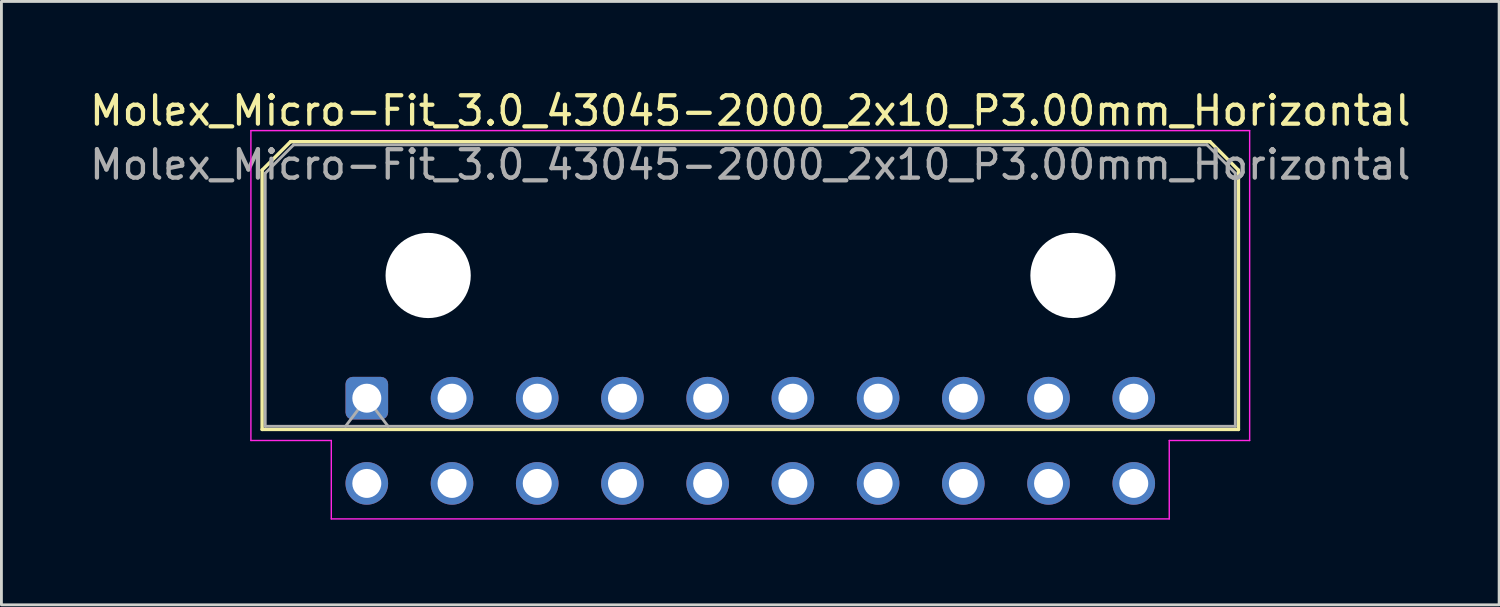
<source format=kicad_pcb>
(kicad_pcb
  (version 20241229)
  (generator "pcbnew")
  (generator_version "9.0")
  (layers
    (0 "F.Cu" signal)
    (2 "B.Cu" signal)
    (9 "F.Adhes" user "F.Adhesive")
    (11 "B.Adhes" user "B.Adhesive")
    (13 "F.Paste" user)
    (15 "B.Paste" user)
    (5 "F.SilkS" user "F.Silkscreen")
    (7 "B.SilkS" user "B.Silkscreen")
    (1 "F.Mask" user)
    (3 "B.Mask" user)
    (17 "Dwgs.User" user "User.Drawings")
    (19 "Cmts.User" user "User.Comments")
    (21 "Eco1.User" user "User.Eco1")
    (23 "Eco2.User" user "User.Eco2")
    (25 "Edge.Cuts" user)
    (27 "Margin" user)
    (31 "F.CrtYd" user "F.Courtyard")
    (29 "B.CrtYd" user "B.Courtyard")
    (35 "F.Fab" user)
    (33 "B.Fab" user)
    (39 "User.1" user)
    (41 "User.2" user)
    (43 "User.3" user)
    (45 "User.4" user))
  (footprint "Molex_Micro-Fit_3.0_43045-2000_2x10_P3.00mm_Horizontal"
    (layer "F.Cu")
    (at 9.863 10.968)
    (property "Reference" "Molex_Micro-Fit_3.0_43045-2000_2x10_P3.00mm_Horizontal" (at 13.5 -10.12 0) (layer "F.SilkS") (effects (font (size 1 1) (thickness 0.15))))
    (attr through_hole)
    (fp_line (start -3.685 -8.03) (end -2.685 -9.03) (stroke (width 0.12) (type solid)) (layer "F.SilkS"))
    (fp_line (start -3.685 1.1) (end -3.685 -8.03) (stroke (width 0.12) (type solid)) (layer "F.SilkS"))
    (fp_line (start -2.685 -9.03) (end 29.685 -9.03) (stroke (width 0.12) (type solid)) (layer "F.SilkS"))
    (fp_line (start 29.685 -9.03) (end 30.685 -8.03) (stroke (width 0.12) (type solid)) (layer "F.SilkS"))
    (fp_line (start 30.685 -8.03) (end 30.685 1.1) (stroke (width 0.12) (type solid)) (layer "F.SilkS"))
    (fp_line (start 30.685 1.1) (end -3.685 1.1) (stroke (width 0.12) (type solid)) (layer "F.SilkS"))
    (fp_line (start -4.08 -9.42) (end 31.08 -9.42) (stroke (width 0.05) (type solid)) (layer "F.CrtYd"))
    (fp_line (start -4.08 1.49) (end -4.08 -9.42) (stroke (width 0.05) (type solid)) (layer "F.CrtYd"))
    (fp_line (start -1.25 1.49) (end -4.08 1.49) (stroke (width 0.05) (type solid)) (layer "F.CrtYd"))
    (fp_line (start -1.25 4.25) (end -1.25 1.49) (stroke (width 0.05) (type solid)) (layer "F.CrtYd"))
    (fp_line (start 28.25 1.49) (end 28.25 4.25) (stroke (width 0.05) (type solid)) (layer "F.CrtYd"))
    (fp_line (start 28.25 4.25) (end -1.25 4.25) (stroke (width 0.05) (type solid)) (layer "F.CrtYd"))
    (fp_line (start 31.08 -9.42) (end 31.08 1.49) (stroke (width 0.05) (type solid)) (layer "F.CrtYd"))
    (fp_line (start 31.08 1.49) (end 28.25 1.49) (stroke (width 0.05) (type solid)) (layer "F.CrtYd"))
    (fp_line (start -3.575 -7.92) (end -2.575 -8.92) (stroke (width 0.1) (type solid)) (layer "F.Fab"))
    (fp_line (start -3.575 0.99) (end -3.575 -7.92) (stroke (width 0.1) (type solid)) (layer "F.Fab"))
    (fp_line (start -2.575 -8.92) (end 29.575 -8.92) (stroke (width 0.1) (type solid)) (layer "F.Fab"))
    (fp_line (start -0.75 0.99) (end 0 0) (stroke (width 0.1) (type solid)) (layer "F.Fab"))
    (fp_line (start 0 0) (end 0.75 0.99) (stroke (width 0.1) (type solid)) (layer "F.Fab"))
    (fp_line (start 29.575 -8.92) (end 30.575 -7.92) (stroke (width 0.1) (type solid)) (layer "F.Fab"))
    (fp_line (start 30.575 -7.92) (end 30.575 0.99) (stroke (width 0.1) (type solid)) (layer "F.Fab"))
    (fp_line (start 30.575 0.99) (end -3.575 0.99) (stroke (width 0.1) (type solid)) (layer "F.Fab"))
    (fp_text user "${REFERENCE}" (at 13.5 -8.22 0) (layer "F.Fab") (effects (font (size 1 1) (thickness 0.15))))
    (pad "" np_thru_hole circle (at 2.16 -4.32) (size 3 3) (drill 3) (layers "*.Cu" "*.Mask"))
    (pad "" np_thru_hole circle (at 24.86 -4.32) (size 3 3) (drill 3) (layers "*.Cu" "*.Mask"))
    (pad "1" thru_hole roundrect (at 0 0) (size 1.5 1.5) (drill 1.02) (layers "*.Cu" "*.Mask") (roundrect_rratio 0.167))
    (pad "2" thru_hole circle (at 0 3) (size 1.5 1.5) (drill 1.02) (layers "*.Cu" "*.Mask"))
    (pad "3" thru_hole circle (at 3 0) (size 1.5 1.5) (drill 1.02) (layers "*.Cu" "*.Mask"))
    (pad "4" thru_hole circle (at 3 3) (size 1.5 1.5) (drill 1.02) (layers "*.Cu" "*.Mask"))
    (pad "5" thru_hole circle (at 6 0) (size 1.5 1.5) (drill 1.02) (layers "*.Cu" "*.Mask"))
    (pad "6" thru_hole circle (at 6 3) (size 1.5 1.5) (drill 1.02) (layers "*.Cu" "*.Mask"))
    (pad "7" thru_hole circle (at 9 0) (size 1.5 1.5) (drill 1.02) (layers "*.Cu" "*.Mask"))
    (pad "8" thru_hole circle (at 9 3) (size 1.5 1.5) (drill 1.02) (layers "*.Cu" "*.Mask"))
    (pad "9" thru_hole circle (at 12 0) (size 1.5 1.5) (drill 1.02) (layers "*.Cu" "*.Mask"))
    (pad "10" thru_hole circle (at 12 3) (size 1.5 1.5) (drill 1.02) (layers "*.Cu" "*.Mask"))
    (pad "11" thru_hole circle (at 15 0) (size 1.5 1.5) (drill 1.02) (layers "*.Cu" "*.Mask"))
    (pad "12" thru_hole circle (at 15 3) (size 1.5 1.5) (drill 1.02) (layers "*.Cu" "*.Mask"))
    (pad "13" thru_hole circle (at 18 0) (size 1.5 1.5) (drill 1.02) (layers "*.Cu" "*.Mask"))
    (pad "14" thru_hole circle (at 18 3) (size 1.5 1.5) (drill 1.02) (layers "*.Cu" "*.Mask"))
    (pad "15" thru_hole circle (at 21 0) (size 1.5 1.5) (drill 1.02) (layers "*.Cu" "*.Mask"))
    (pad "16" thru_hole circle (at 21 3) (size 1.5 1.5) (drill 1.02) (layers "*.Cu" "*.Mask"))
    (pad "17" thru_hole circle (at 24 0) (size 1.5 1.5) (drill 1.02) (layers "*.Cu" "*.Mask"))
    (pad "18" thru_hole circle (at 24 3) (size 1.5 1.5) (drill 1.02) (layers "*.Cu" "*.Mask"))
    (pad "19" thru_hole circle (at 27 0) (size 1.5 1.5) (drill 1.02) (layers "*.Cu" "*.Mask"))
    (pad "20" thru_hole circle (at 27 3) (size 1.5 1.5) (drill 1.02) (layers "*.Cu" "*.Mask")))
  (gr_rect
    (start -3 -3)
    (end 49.726 18.243)
    (stroke (width 0.1) (type default))
    (fill no)
    (layer "Edge.Cuts")))
</source>
